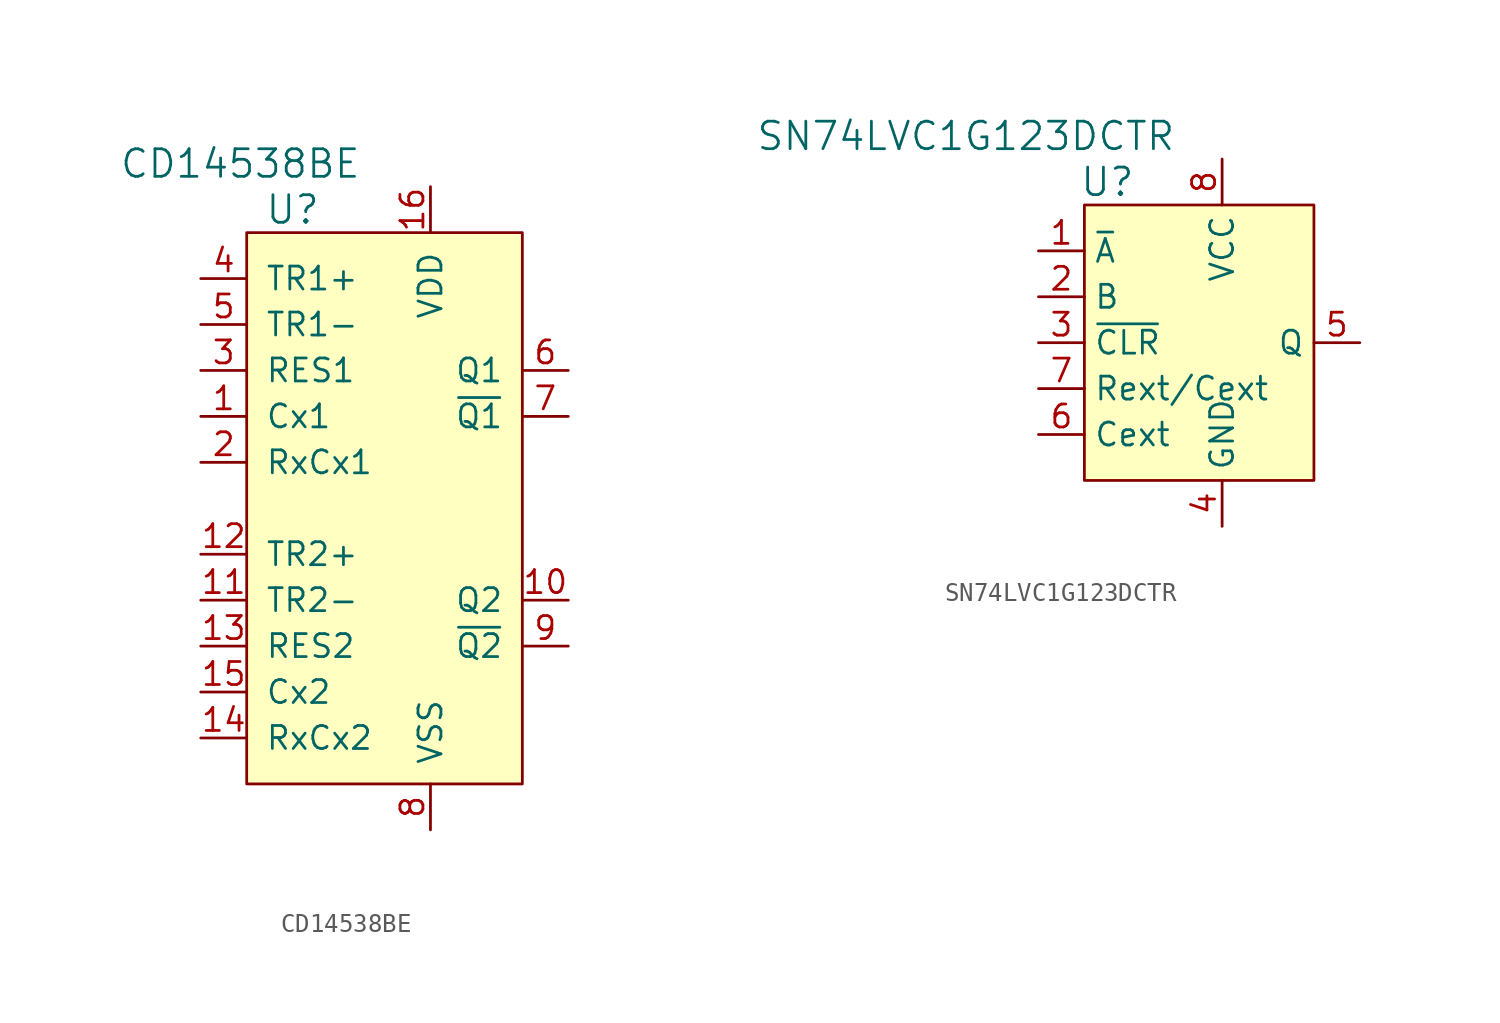
<source format=kicad_sym>
(kicad_symbol_lib
  (version 20231120)
  (generator "kicad_symbol_editor")
  (generator_version "8.0")
  (symbol "CD14538BE"
    (pin_names
      (offset 1.016))
    (property "Reference" "U"
      (at -5.08 16.51 0)
      (effects (font (size 1.524 1.524))))
    (property "Value" "CD14538BE"
      (at -1.27 19.05 0)
      (effects (font (size 1.524 1.524)) (justify right)))
    (symbol "CD14538BE_0_1"
      (rectangle (start -7.62 15.24) (end 7.62 -15.24) (stroke (width 0) (type default)) (fill (type background))))
    (symbol "CD14538BE_1_1"
      (pin passive line (at -10.16 5.08 0) (length 2.54) (name "Cx1" (effects (font (size 1.27 1.27)))) (number "1" (effects (font (size 1.27 1.27)))))
      (pin output line (at 10.16 -5.08 180) (length 2.54) (name "Q2" (effects (font (size 1.27 1.27)))) (number "10" (effects (font (size 1.27 1.27)))))
      (pin input line (at -10.16 -5.08 0) (length 2.54) (name "TR2-" (effects (font (size 1.27 1.27)))) (number "11" (effects (font (size 1.27 1.27)))))
      (pin input line (at -10.16 -2.54 0) (length 2.54) (name "TR2+" (effects (font (size 1.27 1.27)))) (number "12" (effects (font (size 1.27 1.27)))))
      (pin input line (at -10.16 -7.62 0) (length 2.54) (name "RES2" (effects (font (size 1.27 1.27)))) (number "13" (effects (font (size 1.27 1.27)))))
      (pin input line (at -10.16 -12.7 0) (length 2.54) (name "RxCx2" (effects (font (size 1.27 1.27)))) (number "14" (effects (font (size 1.27 1.27)))))
      (pin passive line (at -10.16 -10.16 0) (length 2.54) (name "Cx2" (effects (font (size 1.27 1.27)))) (number "15" (effects (font (size 1.27 1.27)))))
      (pin power_in line (at 2.54 17.78 270) (length 2.54) (name "VDD" (effects (font (size 1.27 1.27)))) (number "16" (effects (font (size 1.27 1.27)))))
      (pin input line (at -10.16 2.54 0) (length 2.54) (name "RxCx1" (effects (font (size 1.27 1.27)))) (number "2" (effects (font (size 1.27 1.27)))))
      (pin input line (at -10.16 7.62 0) (length 2.54) (name "RES1" (effects (font (size 1.27 1.27)))) (number "3" (effects (font (size 1.27 1.27)))))
      (pin input line (at -10.16 12.7 0) (length 2.54) (name "TR1+" (effects (font (size 1.27 1.27)))) (number "4" (effects (font (size 1.27 1.27)))))
      (pin input line (at -10.16 10.16 0) (length 2.54) (name "TR1-" (effects (font (size 1.27 1.27)))) (number "5" (effects (font (size 1.27 1.27)))))
      (pin output line (at 10.16 7.62 180) (length 2.54) (name "Q1" (effects (font (size 1.27 1.27)))) (number "6" (effects (font (size 1.27 1.27)))))
      (pin output line (at 10.16 5.08 180) (length 2.54) (name "~{Q1}" (effects (font (size 1.27 1.27)))) (number "7" (effects (font (size 1.27 1.27)))))
      (pin power_in line (at 2.54 -17.78 90) (length 2.54) (name "VSS" (effects (font (size 1.27 1.27)))) (number "8" (effects (font (size 1.27 1.27)))))
      (pin output line (at 10.16 -7.62 180) (length 2.54) (name "~{Q2}" (effects (font (size 1.27 1.27)))) (number "9" (effects (font (size 1.27 1.27)))))))
  (symbol "SN74LVC1G123DCTR"
    (property "Reference" "U"
      (at -6.35 6.35 0)
      (effects (font (size 1.524 1.524))))
    (property "Value" "SN74LVC1G123DCTR"
      (at -2.54 8.89 0)
      (effects (font (size 1.524 1.524)) (justify right)))
    (symbol "SN74LVC1G123DCTR_0_1"
      (rectangle (start -7.62 5.08) (end 5.08 -10.16) (stroke (width 0) (type default)) (fill (type background))))
    (symbol "SN74LVC1G123DCTR_1_1"
      (pin input line (at -10.16 2.54 0) (length 2.54) (name "~{A}" (effects (font (size 1.27 1.27)))) (number "1" (effects (font (size 1.27 1.27)))))
      (pin input line (at -10.16 0 0) (length 2.54) (name "B" (effects (font (size 1.27 1.27)))) (number "2" (effects (font (size 1.27 1.27)))))
      (pin input line (at -10.16 -2.54 0) (length 2.54) (name "~{CLR}" (effects (font (size 1.27 1.27)))) (number "3" (effects (font (size 1.27 1.27)))))
      (pin power_in line (at 0 -12.7 90) (length 2.54) (name "GND" (effects (font (size 1.27 1.27)))) (number "4" (effects (font (size 1.27 1.27)))))
      (pin output line (at 7.62 -2.54 180) (length 2.54) (name "Q" (effects (font (size 1.27 1.27)))) (number "5" (effects (font (size 1.27 1.27)))))
      (pin passive line (at -10.16 -7.62 0) (length 2.54) (name "Cext" (effects (font (size 1.27 1.27)))) (number "6" (effects (font (size 1.27 1.27)))))
      (pin passive line (at -10.16 -5.08 0) (length 2.54) (name "Rext/Cext" (effects (font (size 1.27 1.27)))) (number "7" (effects (font (size 1.27 1.27)))))
      (pin power_in line (at 0 7.62 270) (length 2.54) (name "VCC" (effects (font (size 1.27 1.27)))) (number "8" (effects (font (size 1.27 1.27))))))))
</source>
